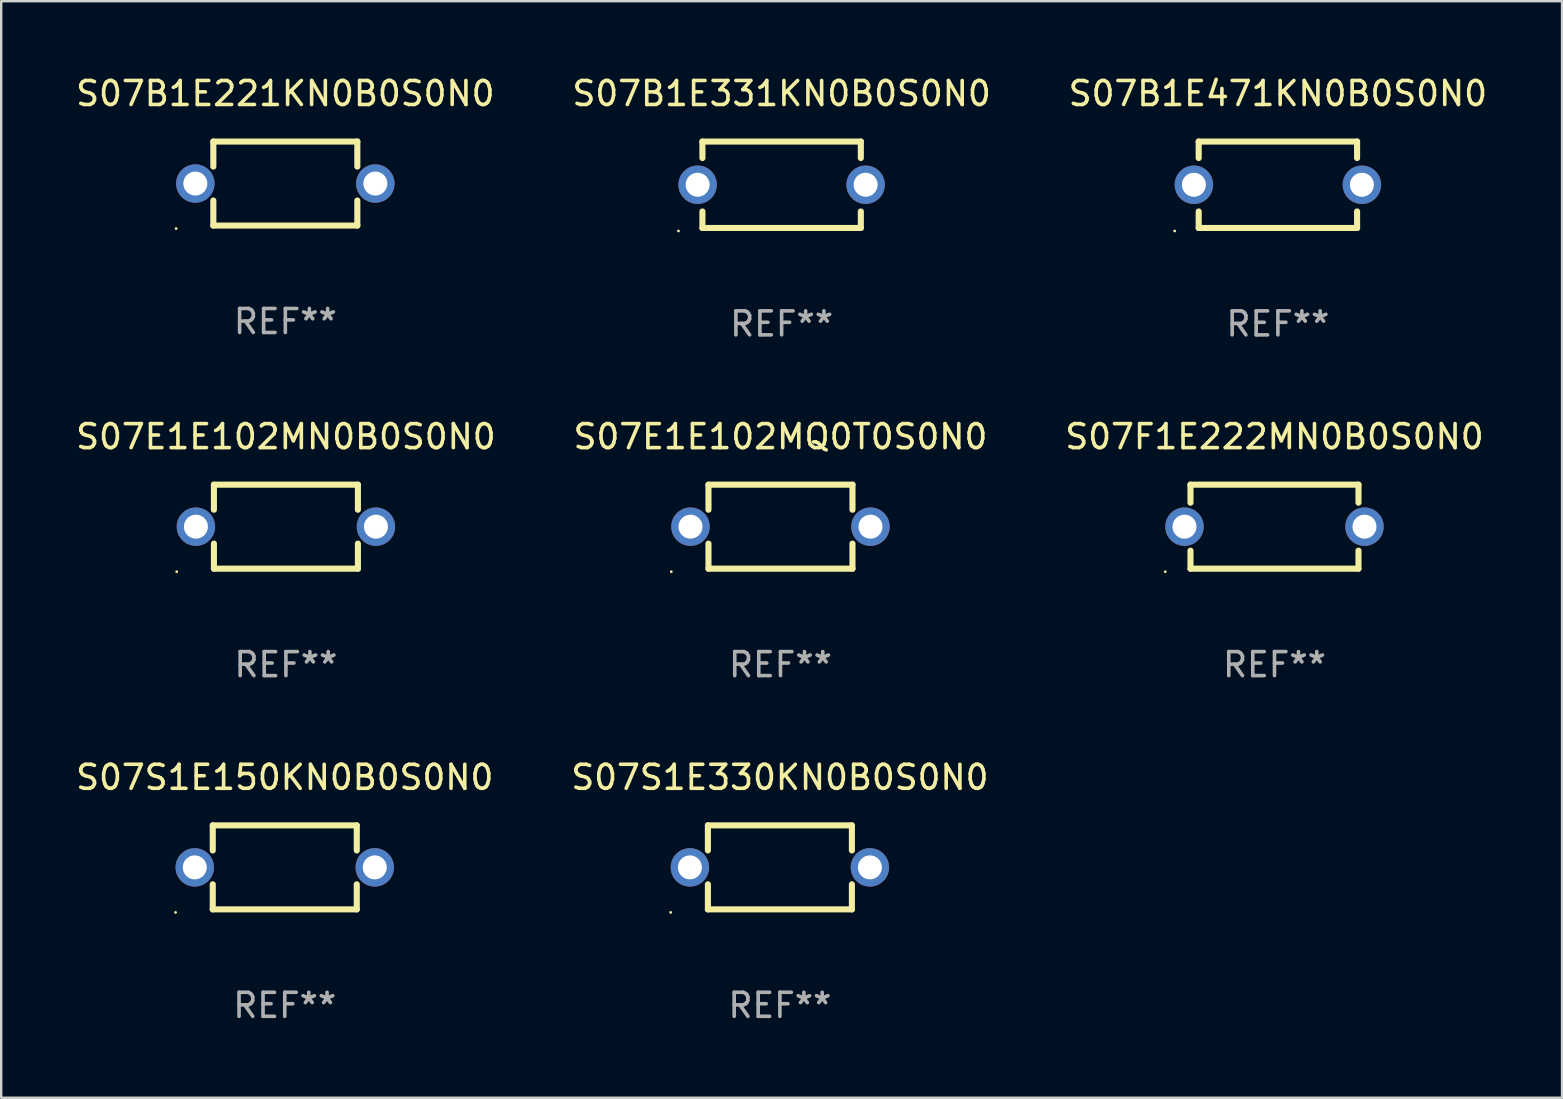
<source format=kicad_pcb>
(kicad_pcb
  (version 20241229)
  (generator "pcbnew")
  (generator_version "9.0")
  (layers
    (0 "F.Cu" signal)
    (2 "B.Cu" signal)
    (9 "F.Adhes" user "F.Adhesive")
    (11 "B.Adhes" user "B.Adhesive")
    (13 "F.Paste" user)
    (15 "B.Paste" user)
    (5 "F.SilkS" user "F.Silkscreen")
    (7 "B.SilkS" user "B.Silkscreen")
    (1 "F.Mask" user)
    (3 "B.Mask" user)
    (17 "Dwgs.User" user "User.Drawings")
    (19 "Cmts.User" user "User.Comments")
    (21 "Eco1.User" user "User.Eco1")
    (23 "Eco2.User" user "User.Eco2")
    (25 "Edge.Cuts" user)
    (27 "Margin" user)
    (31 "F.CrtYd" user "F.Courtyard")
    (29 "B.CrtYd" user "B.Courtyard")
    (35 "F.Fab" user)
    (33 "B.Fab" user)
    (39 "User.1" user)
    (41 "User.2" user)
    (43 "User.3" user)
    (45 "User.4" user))
  (footprint "S07B1E331KN0B0S0N0"
    (layer "F.Cu")
    (at 29.518 4.648)
    (property "Reference" "S07B1E331KN0B0S0N0" (at 0 -3.8 0) (layer "F.SilkS") (effects (font (size 1 1) (thickness 0.15))))
    (attr through_hole)
    (fp_line (start -3.3 -1.8) (end -3.3 -1.113) (stroke (width 0.254) (type solid)) (layer "F.SilkS"))
    (fp_line (start -3.3 -1.8) (end 3.3 -1.8) (stroke (width 0.254) (type solid)) (layer "F.SilkS"))
    (fp_line (start -3.3 1.113) (end -3.3 1.8) (stroke (width 0.254) (type solid)) (layer "F.SilkS"))
    (fp_line (start 3.3 1.8) (end -3.3 1.8) (stroke (width 0.254) (type solid)) (layer "F.SilkS"))
    (fp_line (start 3.3 -1.8) (end 3.3 -1.113) (stroke (width 0.254) (type solid)) (layer "F.SilkS"))
    (fp_line (start 3.3 1.113) (end 3.3 1.8) (stroke (width 0.254) (type solid)) (layer "F.SilkS"))
    (fp_circle (center -4.3 1.927) (end -4.27 1.927) (stroke (width 0.06) (type solid)) (fill no) (layer "F.SilkS"))
    (fp_text user "REF**" (at 0 5.8 0) (layer "F.Fab") (effects (font (size 1 1) (thickness 0.15))))
    (pad "1" thru_hole circle (at -3.5 0) (size 1.6 1.6) (drill 1) (layers "*.Cu" "*.Mask"))
    (pad "2" thru_hole circle (at 3.5 0) (size 1.6 1.6) (drill 1) (layers "*.Cu" "*.Mask")))
  (footprint "S07S1E150KN0B0S0N0"
    (layer "F.Cu")
    (at 8.815 33.091)
    (property "Reference" "S07S1E150KN0B0S0N0" (at 0 -3.75 0) (layer "F.SilkS") (effects (font (size 1 1) (thickness 0.15))))
    (attr through_hole)
    (fp_line (start -3 -1.75) (end -3 -0.706) (stroke (width 0.254) (type solid)) (layer "F.SilkS"))
    (fp_line (start -3 -1.75) (end 3 -1.75) (stroke (width 0.254) (type solid)) (layer "F.SilkS"))
    (fp_line (start -3 0.706) (end -3 1.75) (stroke (width 0.254) (type solid)) (layer "F.SilkS"))
    (fp_line (start 3 -1.75) (end 3 -0.706) (stroke (width 0.254) (type solid)) (layer "F.SilkS"))
    (fp_line (start 3 0.706) (end 3 1.75) (stroke (width 0.254) (type solid)) (layer "F.SilkS"))
    (fp_line (start 3 1.75) (end -3 1.75) (stroke (width 0.254) (type solid)) (layer "F.SilkS"))
    (fp_circle (center -4.55 1.877) (end -4.52 1.877) (stroke (width 0.06) (type solid)) (fill no) (layer "F.SilkS"))
    (fp_text user "REF**" (at 0 5.75 0) (layer "F.Fab") (effects (font (size 1 1) (thickness 0.15))))
    (pad "1" thru_hole circle (at -3.75 -0.000025) (size 1.6 1.6) (drill 1) (layers "*.Cu" "*.Mask"))
    (pad "2" thru_hole circle (at 3.75 -0.000025) (size 1.6 1.6) (drill 1) (layers "*.Cu" "*.Mask")))
  (footprint "S07E1E102MN0B0S0N0"
    (layer "F.Cu")
    (at 8.863 18.895)
    (property "Reference" "S07E1E102MN0B0S0N0" (at 0 -3.75 0) (layer "F.SilkS") (effects (font (size 1 1) (thickness 0.15))))
    (attr through_hole)
    (fp_line (start -3 -1.75) (end -3 -0.706) (stroke (width 0.254) (type solid)) (layer "F.SilkS"))
    (fp_line (start -3 -1.75) (end 3 -1.75) (stroke (width 0.254) (type solid)) (layer "F.SilkS"))
    (fp_line (start -3 0.706) (end -3 1.75) (stroke (width 0.254) (type solid)) (layer "F.SilkS"))
    (fp_line (start 3 -1.75) (end 3 -0.706) (stroke (width 0.254) (type solid)) (layer "F.SilkS"))
    (fp_line (start 3 0.706) (end 3 1.75) (stroke (width 0.254) (type solid)) (layer "F.SilkS"))
    (fp_line (start 3 1.75) (end -3 1.75) (stroke (width 0.254) (type solid)) (layer "F.SilkS"))
    (fp_circle (center -4.55 1.877) (end -4.52 1.877) (stroke (width 0.06) (type solid)) (fill no) (layer "F.SilkS"))
    (fp_text user "REF**" (at 0 5.75 0) (layer "F.Fab") (effects (font (size 1 1) (thickness 0.15))))
    (pad "1" thru_hole circle (at -3.75 -0.000025) (size 1.6 1.6) (drill 1) (layers "*.Cu" "*.Mask"))
    (pad "2" thru_hole circle (at 3.75 -0.000025) (size 1.6 1.6) (drill 1) (layers "*.Cu" "*.Mask")))
  (footprint "S07F1E222MN0B0S0N0"
    (layer "F.Cu")
    (at 50.054 18.895)
    (property "Reference" "S07F1E222MN0B0S0N0" (at 0 -3.75 0) (layer "F.SilkS") (effects (font (size 1 1) (thickness 0.15))))
    (attr through_hole)
    (fp_line (start -3.5 -1.75) (end -3.5 -1) (stroke (width 0.254) (type solid)) (layer "F.SilkS"))
    (fp_line (start -3.5 -1.75) (end 3.5 -1.75) (stroke (width 0.254) (type solid)) (layer "F.SilkS"))
    (fp_line (start -3.5 1) (end -3.5 1.75) (stroke (width 0.254) (type solid)) (layer "F.SilkS"))
    (fp_line (start 3.5 -1.75) (end 3.5 -1) (stroke (width 0.254) (type solid)) (layer "F.SilkS"))
    (fp_line (start 3.5 1) (end 3.5 1.75) (stroke (width 0.254) (type solid)) (layer "F.SilkS"))
    (fp_line (start 3.5 1.75) (end -3.5 1.75) (stroke (width 0.254) (type solid)) (layer "F.SilkS"))
    (fp_circle (center -4.55 1.877) (end -4.52 1.877) (stroke (width 0.06) (type solid)) (fill no) (layer "F.SilkS"))
    (fp_text user "REF**" (at 0 5.75 0) (layer "F.Fab") (effects (font (size 1 1) (thickness 0.15))))
    (pad "1" thru_hole circle (at -3.75 -0.000038) (size 1.6 1.6) (drill 1) (layers "*.Cu" "*.Mask"))
    (pad "2" thru_hole circle (at 3.75 -0.000038) (size 1.6 1.6) (drill 1) (layers "*.Cu" "*.Mask")))
  (footprint "S07S1E330KN0B0S0N0"
    (layer "F.Cu")
    (at 29.446 33.091)
    (property "Reference" "S07S1E330KN0B0S0N0" (at 0 -3.75 0) (layer "F.SilkS") (effects (font (size 1 1) (thickness 0.15))))
    (attr through_hole)
    (fp_line (start -3 -1.75) (end -3 -0.706) (stroke (width 0.254) (type solid)) (layer "F.SilkS"))
    (fp_line (start -3 -1.75) (end 3 -1.75) (stroke (width 0.254) (type solid)) (layer "F.SilkS"))
    (fp_line (start -3 0.706) (end -3 1.75) (stroke (width 0.254) (type solid)) (layer "F.SilkS"))
    (fp_line (start 3 -1.75) (end 3 -0.706) (stroke (width 0.254) (type solid)) (layer "F.SilkS"))
    (fp_line (start 3 0.706) (end 3 1.75) (stroke (width 0.254) (type solid)) (layer "F.SilkS"))
    (fp_line (start 3 1.75) (end -3 1.75) (stroke (width 0.254) (type solid)) (layer "F.SilkS"))
    (fp_circle (center -4.55 1.877) (end -4.52 1.877) (stroke (width 0.06) (type solid)) (fill no) (layer "F.SilkS"))
    (fp_text user "REF**" (at 0 5.75 0) (layer "F.Fab") (effects (font (size 1 1) (thickness 0.15))))
    (pad "1" thru_hole circle (at -3.75 -0.000025) (size 1.6 1.6) (drill 1) (layers "*.Cu" "*.Mask"))
    (pad "2" thru_hole circle (at 3.75 -0.000025) (size 1.6 1.6) (drill 1) (layers "*.Cu" "*.Mask")))
  (footprint "S07B1E221KN0B0S0N0"
    (layer "F.Cu")
    (at 8.839 4.598)
    (property "Reference" "S07B1E221KN0B0S0N0" (at 0 -3.75 0) (layer "F.SilkS") (effects (font (size 1 1) (thickness 0.15))))
    (attr through_hole)
    (fp_line (start -3 -1.75) (end -3 -0.706) (stroke (width 0.254) (type solid)) (layer "F.SilkS"))
    (fp_line (start -3 -1.75) (end 3 -1.75) (stroke (width 0.254) (type solid)) (layer "F.SilkS"))
    (fp_line (start -3 0.706) (end -3 1.75) (stroke (width 0.254) (type solid)) (layer "F.SilkS"))
    (fp_line (start 3 -1.75) (end 3 -0.706) (stroke (width 0.254) (type solid)) (layer "F.SilkS"))
    (fp_line (start 3 0.706) (end 3 1.75) (stroke (width 0.254) (type solid)) (layer "F.SilkS"))
    (fp_line (start 3 1.75) (end -3 1.75) (stroke (width 0.254) (type solid)) (layer "F.SilkS"))
    (fp_circle (center -4.55 1.877) (end -4.52 1.877) (stroke (width 0.06) (type solid)) (fill no) (layer "F.SilkS"))
    (fp_text user "REF**" (at 0 5.75 0) (layer "F.Fab") (effects (font (size 1 1) (thickness 0.15))))
    (pad "1" thru_hole circle (at -3.75 -0.000025) (size 1.6 1.6) (drill 1) (layers "*.Cu" "*.Mask"))
    (pad "2" thru_hole circle (at 3.75 -0.000025) (size 1.6 1.6) (drill 1) (layers "*.Cu" "*.Mask")))
  (footprint "S07B1E471KN0B0S0N0"
    (layer "F.Cu")
    (at 50.196 4.648)
    (property "Reference" "S07B1E471KN0B0S0N0" (at 0 -3.8 0) (layer "F.SilkS") (effects (font (size 1 1) (thickness 0.15))))
    (attr through_hole)
    (fp_line (start -3.3 -1.8) (end -3.3 -1.113) (stroke (width 0.254) (type solid)) (layer "F.SilkS"))
    (fp_line (start -3.3 -1.8) (end 3.3 -1.8) (stroke (width 0.254) (type solid)) (layer "F.SilkS"))
    (fp_line (start -3.3 1.113) (end -3.3 1.8) (stroke (width 0.254) (type solid)) (layer "F.SilkS"))
    (fp_line (start 3.3 1.8) (end -3.3 1.8) (stroke (width 0.254) (type solid)) (layer "F.SilkS"))
    (fp_line (start 3.3 -1.8) (end 3.3 -1.113) (stroke (width 0.254) (type solid)) (layer "F.SilkS"))
    (fp_line (start 3.3 1.113) (end 3.3 1.8) (stroke (width 0.254) (type solid)) (layer "F.SilkS"))
    (fp_circle (center -4.3 1.927) (end -4.27 1.927) (stroke (width 0.06) (type solid)) (fill no) (layer "F.SilkS"))
    (fp_text user "REF**" (at 0 5.8 0) (layer "F.Fab") (effects (font (size 1 1) (thickness 0.15))))
    (pad "1" thru_hole circle (at -3.5 0) (size 1.6 1.6) (drill 1) (layers "*.Cu" "*.Mask"))
    (pad "2" thru_hole circle (at 3.5 0) (size 1.6 1.6) (drill 1) (layers "*.Cu" "*.Mask")))
  (footprint "S07E1E102MQ0T0S0N0"
    (layer "F.Cu")
    (at 29.47 18.895)
    (property "Reference" "S07E1E102MQ0T0S0N0" (at 0 -3.75 0) (layer "F.SilkS") (effects (font (size 1 1) (thickness 0.15))))
    (attr through_hole)
    (fp_line (start -3 -1.75) (end -3 -0.706) (stroke (width 0.254) (type solid)) (layer "F.SilkS"))
    (fp_line (start -3 -1.75) (end 3 -1.75) (stroke (width 0.254) (type solid)) (layer "F.SilkS"))
    (fp_line (start -3 0.706) (end -3 1.75) (stroke (width 0.254) (type solid)) (layer "F.SilkS"))
    (fp_line (start 3 -1.75) (end 3 -0.706) (stroke (width 0.254) (type solid)) (layer "F.SilkS"))
    (fp_line (start 3 0.706) (end 3 1.75) (stroke (width 0.254) (type solid)) (layer "F.SilkS"))
    (fp_line (start 3 1.75) (end -3 1.75) (stroke (width 0.254) (type solid)) (layer "F.SilkS"))
    (fp_circle (center -4.55 1.877) (end -4.52 1.877) (stroke (width 0.06) (type solid)) (fill no) (layer "F.SilkS"))
    (fp_text user "REF**" (at 0 5.75 0) (layer "F.Fab") (effects (font (size 1 1) (thickness 0.15))))
    (pad "1" thru_hole circle (at -3.75 -0.000025) (size 1.6 1.6) (drill 1) (layers "*.Cu" "*.Mask"))
    (pad "2" thru_hole circle (at 3.75 -0.000025) (size 1.6 1.6) (drill 1) (layers "*.Cu" "*.Mask")))
  (gr_rect
    (start -3 -3)
    (end 62.036 42.69)
    (stroke (width 0.1) (type default))
    (fill no)
    (layer "Edge.Cuts")))
</source>
